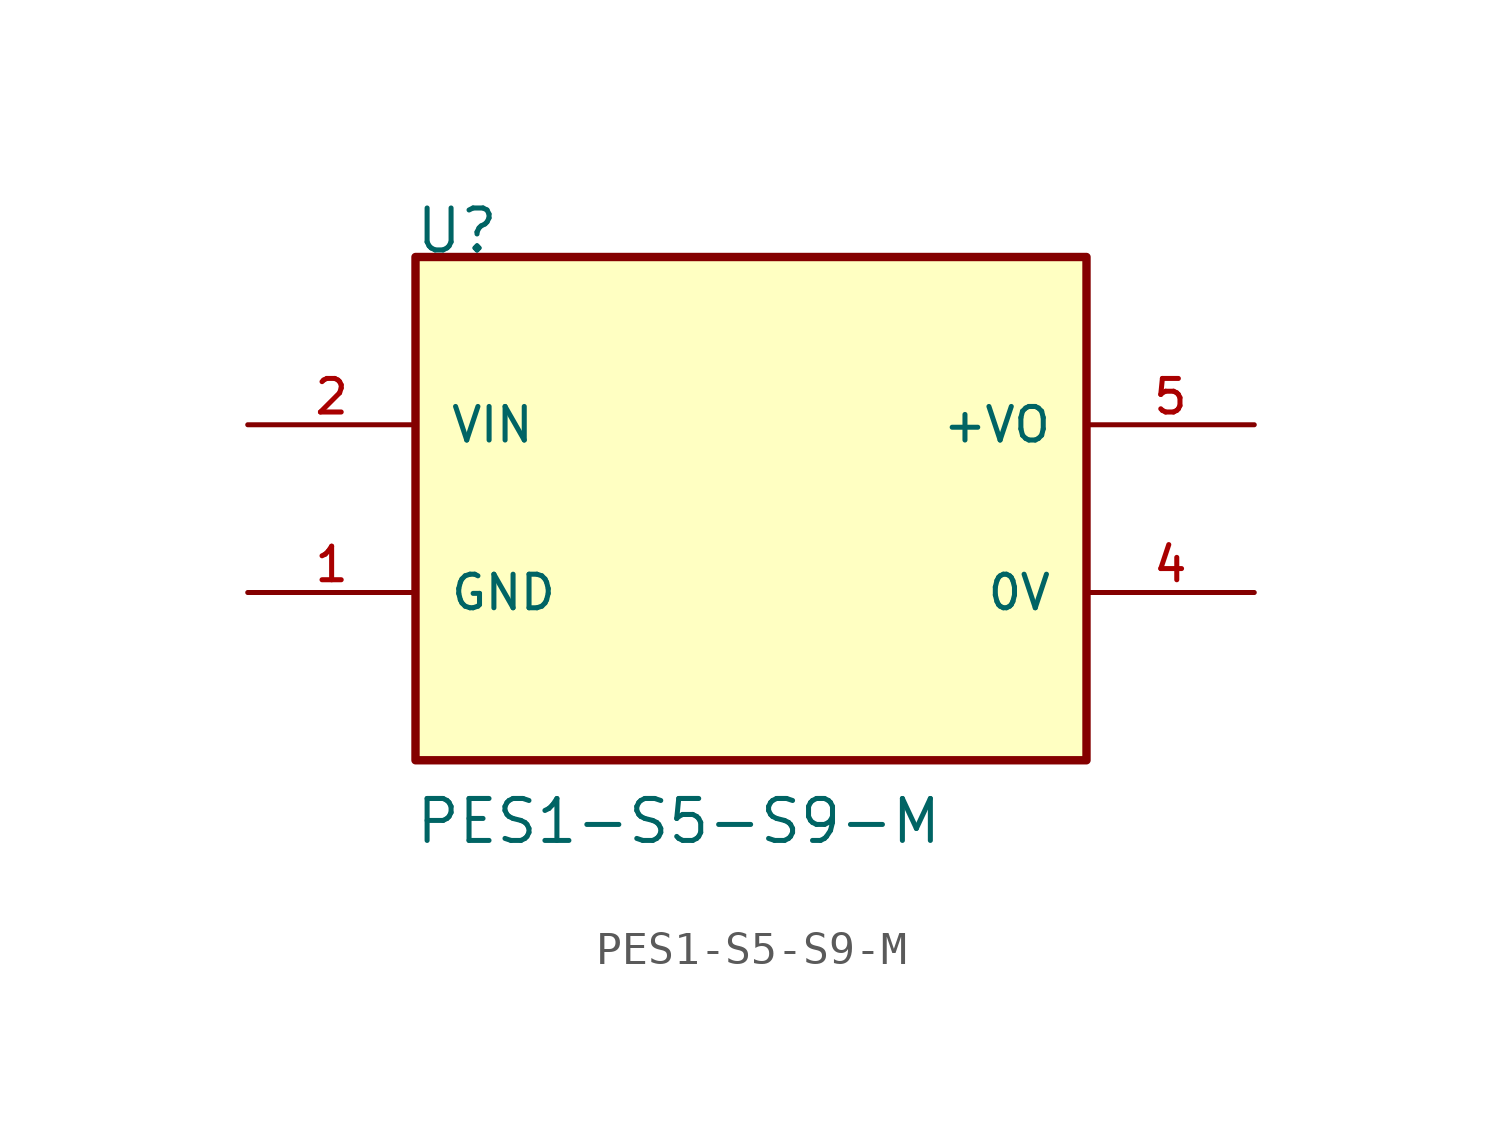
<source format=kicad_sym>
(kicad_symbol_lib
  (version 20241209)
  (generator "kicad_symbol_editor")
  (generator_version "9.0")
  (symbol "PES1-S5-S9-M"
    (pin_names
      (offset 1.016))
    (property "Reference" "U"
      (at -10.211 7.671 0)
      (effects (font (size 1.27 1.27)) (justify left bottom)))
    (property "Value" "PES1-S5-S9-M"
      (at -10.211 -10.211 0)
      (effects (font (size 1.27 1.27)) (justify left bottom)))
    (property "ki_locked" ""
      (at 0 0 0)
      (effects (font (size 1.27 1.27))))
    (symbol "PES1-S5-S9-M_0_0"
      (rectangle (start -10.16 -7.62) (end 10.16 7.62) (stroke (width 0.254) (type solid)) (fill (type background)))
      (pin input line (at -15.24 2.54 0) (length 5.08) (name "VIN" (effects (font (size 1.016 1.016)))) (number "2" (effects (font (size 1.016 1.016)))))
      (pin power_in line (at -15.24 -2.54 0) (length 5.08) (name "GND" (effects (font (size 1.016 1.016)))) (number "1" (effects (font (size 1.016 1.016)))))
      (pin output line (at 15.24 2.54 180) (length 5.08) (name "+VO" (effects (font (size 1.016 1.016)))) (number "5" (effects (font (size 1.016 1.016)))))
      (pin power_in line (at 15.24 -2.54 180) (length 5.08) (name "0V" (effects (font (size 1.016 1.016)))) (number "4" (effects (font (size 1.016 1.016))))))))
</source>
